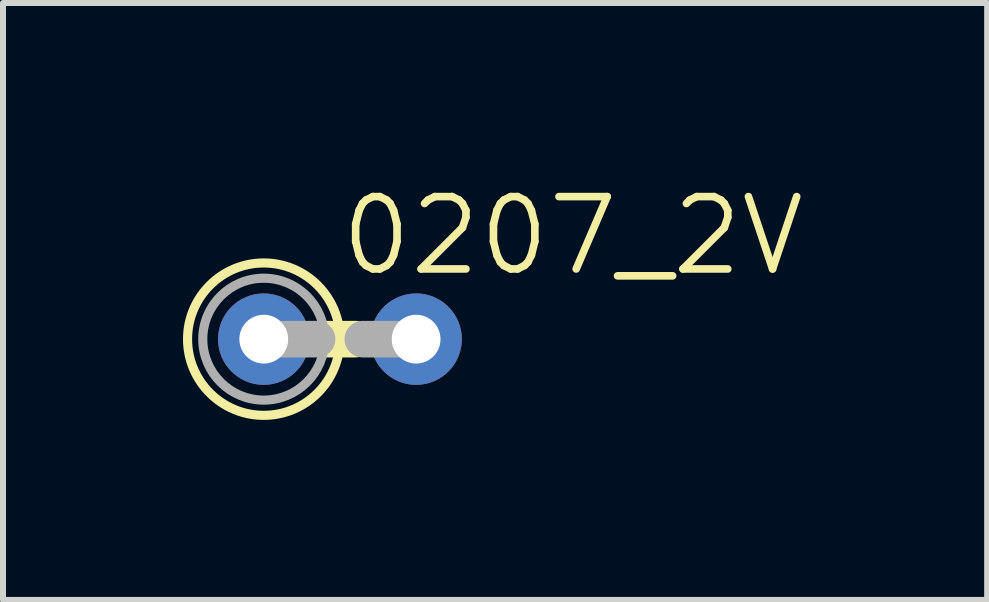
<source format=kicad_pcb>
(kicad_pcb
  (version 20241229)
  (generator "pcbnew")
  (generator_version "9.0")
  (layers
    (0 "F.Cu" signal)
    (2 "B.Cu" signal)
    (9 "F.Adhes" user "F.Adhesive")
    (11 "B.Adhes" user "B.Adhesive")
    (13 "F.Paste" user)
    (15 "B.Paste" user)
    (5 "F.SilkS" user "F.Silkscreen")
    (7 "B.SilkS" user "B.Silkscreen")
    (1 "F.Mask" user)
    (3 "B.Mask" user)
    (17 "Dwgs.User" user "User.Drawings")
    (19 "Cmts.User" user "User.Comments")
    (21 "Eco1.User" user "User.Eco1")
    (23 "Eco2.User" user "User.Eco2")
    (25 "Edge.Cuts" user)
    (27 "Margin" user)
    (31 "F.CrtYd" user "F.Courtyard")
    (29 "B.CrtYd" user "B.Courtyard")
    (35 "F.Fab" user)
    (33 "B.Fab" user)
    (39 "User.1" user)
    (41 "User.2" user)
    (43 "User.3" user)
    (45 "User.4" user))
  (footprint "0207_2V"
    (layer "F.Cu")
    (at 2.616 2.603)
    (property "Reference" "0207_2V" (at -0.051 -1.016 0) (layer "F.SilkS") (effects (font (size 1.206 1.206) (thickness 0.127)) (justify left bottom)))
    (attr through_hole)
    (fp_line (start -0.254 0) (end 0.254 0) (stroke (width 0.61) (type solid)) (layer "F.SilkS"))
    (fp_circle (center -1.27 0) (end 0 0) (stroke (width 0.152) (type solid)) (fill no) (layer "F.SilkS"))
    (fp_line (start -1.27 0) (end -0.381 0) (stroke (width 0.61) (type solid)) (layer "F.Fab"))
    (fp_line (start 0.381 0) (end 1.27 0) (stroke (width 0.61) (type solid)) (layer "F.Fab"))
    (fp_circle (center -1.27 0) (end -0.254 0) (stroke (width 0.152) (type solid)) (fill no) (layer "F.Fab"))
    (pad "1" thru_hole circle (at -1.27 0) (size 1.524 1.524) (drill 0.813) (layers "*.Cu" "*.Mask"))
    (pad "2" thru_hole circle (at 1.27 0) (size 1.524 1.524) (drill 0.813) (layers "*.Cu" "*.Mask")))
  (gr_rect
    (start -3 -3)
    (end 13.404 6.95)
    (stroke (width 0.1) (type default))
    (fill no)
    (layer "Edge.Cuts")))
</source>
